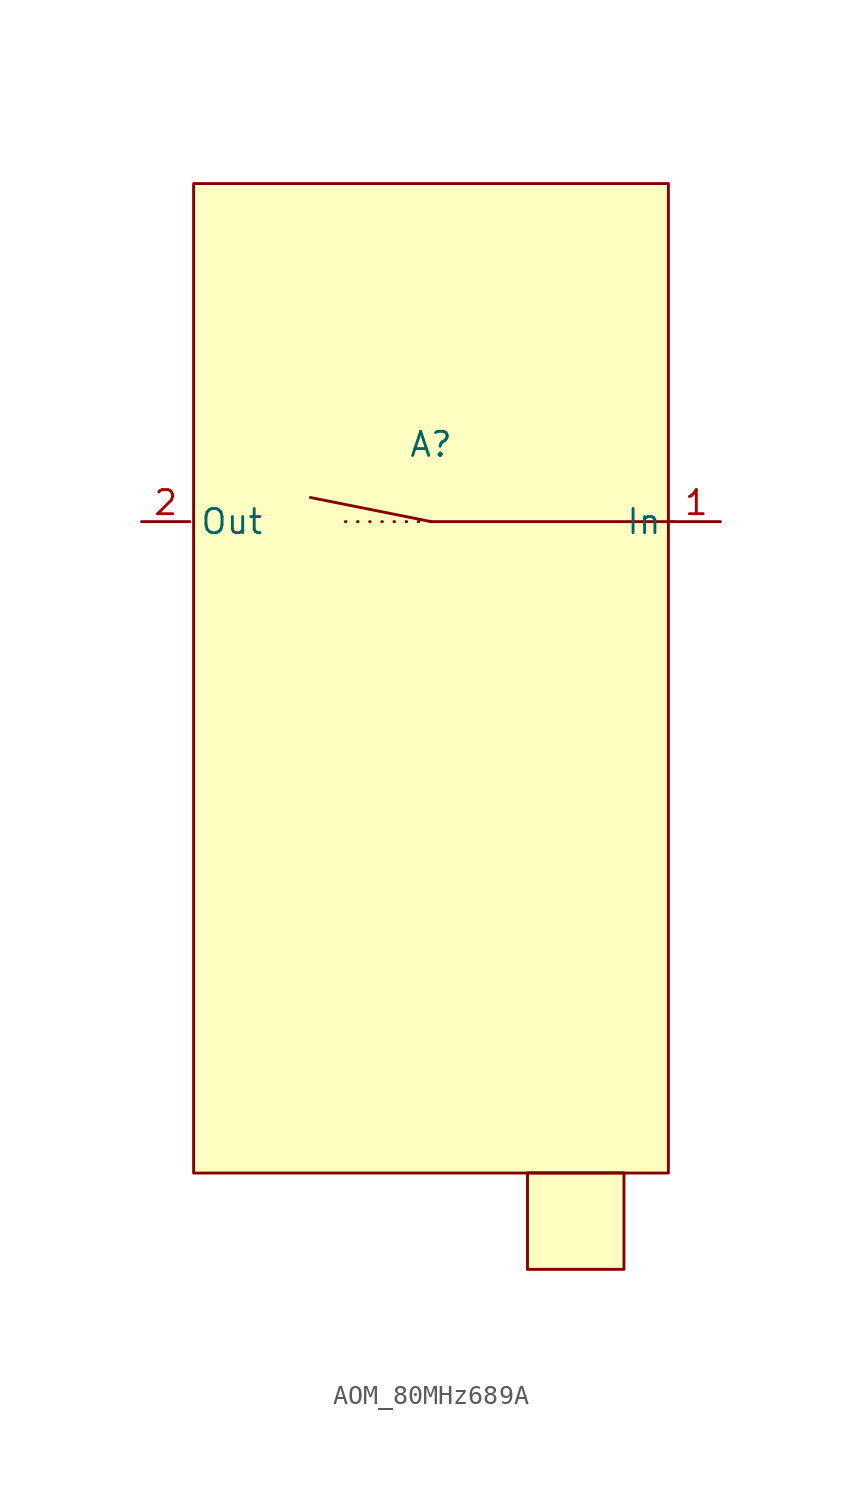
<source format=kicad_sym>
(kicad_symbol_lib
  (version 20241209)
  (generator "kicad_symbol_editor")
  (generator_version "9.0")
  (symbol "AOM_80MHz689A"
    (property "Reference" "A"
      (at 0 4.064 0)
      (effects (font (size 1.27 1.27))))
    (property "Value" ""
      (at 0 0 0)
      (effects (font (size 1.27 1.27))))
    (symbol "AOM_80MHz689A_1_1"
      (rectangle (start -12.5 17.8) (end 12.5 -34.3) (stroke (width 0) (type default)) (fill (type background)))
      (polyline (pts (xy 0 0) (xy -5.08 0)) (stroke (width 0) (type dot)) (fill (type none)))
      (rectangle (start 5.08 -34.29) (end 10.16 -39.37) (stroke (width 0) (type default)) (fill (type background)))
      (polyline (pts (xy 12.7 0) (xy 0 0) (xy -6.35 1.27)) (stroke (width 0) (type solid)) (fill (type none)))
      (pin passive line (at -15.24 0 0) (length 2.54) (name "Out" (effects (font (size 1.27 1.27)))) (number "2" (effects (font (size 1.27 1.27)))))
      (pin passive line (at 15.24 0 180) (length 2.54) (name "In" (effects (font (size 1.27 1.27)))) (number "1" (effects (font (size 1.27 1.27))))))))
</source>
